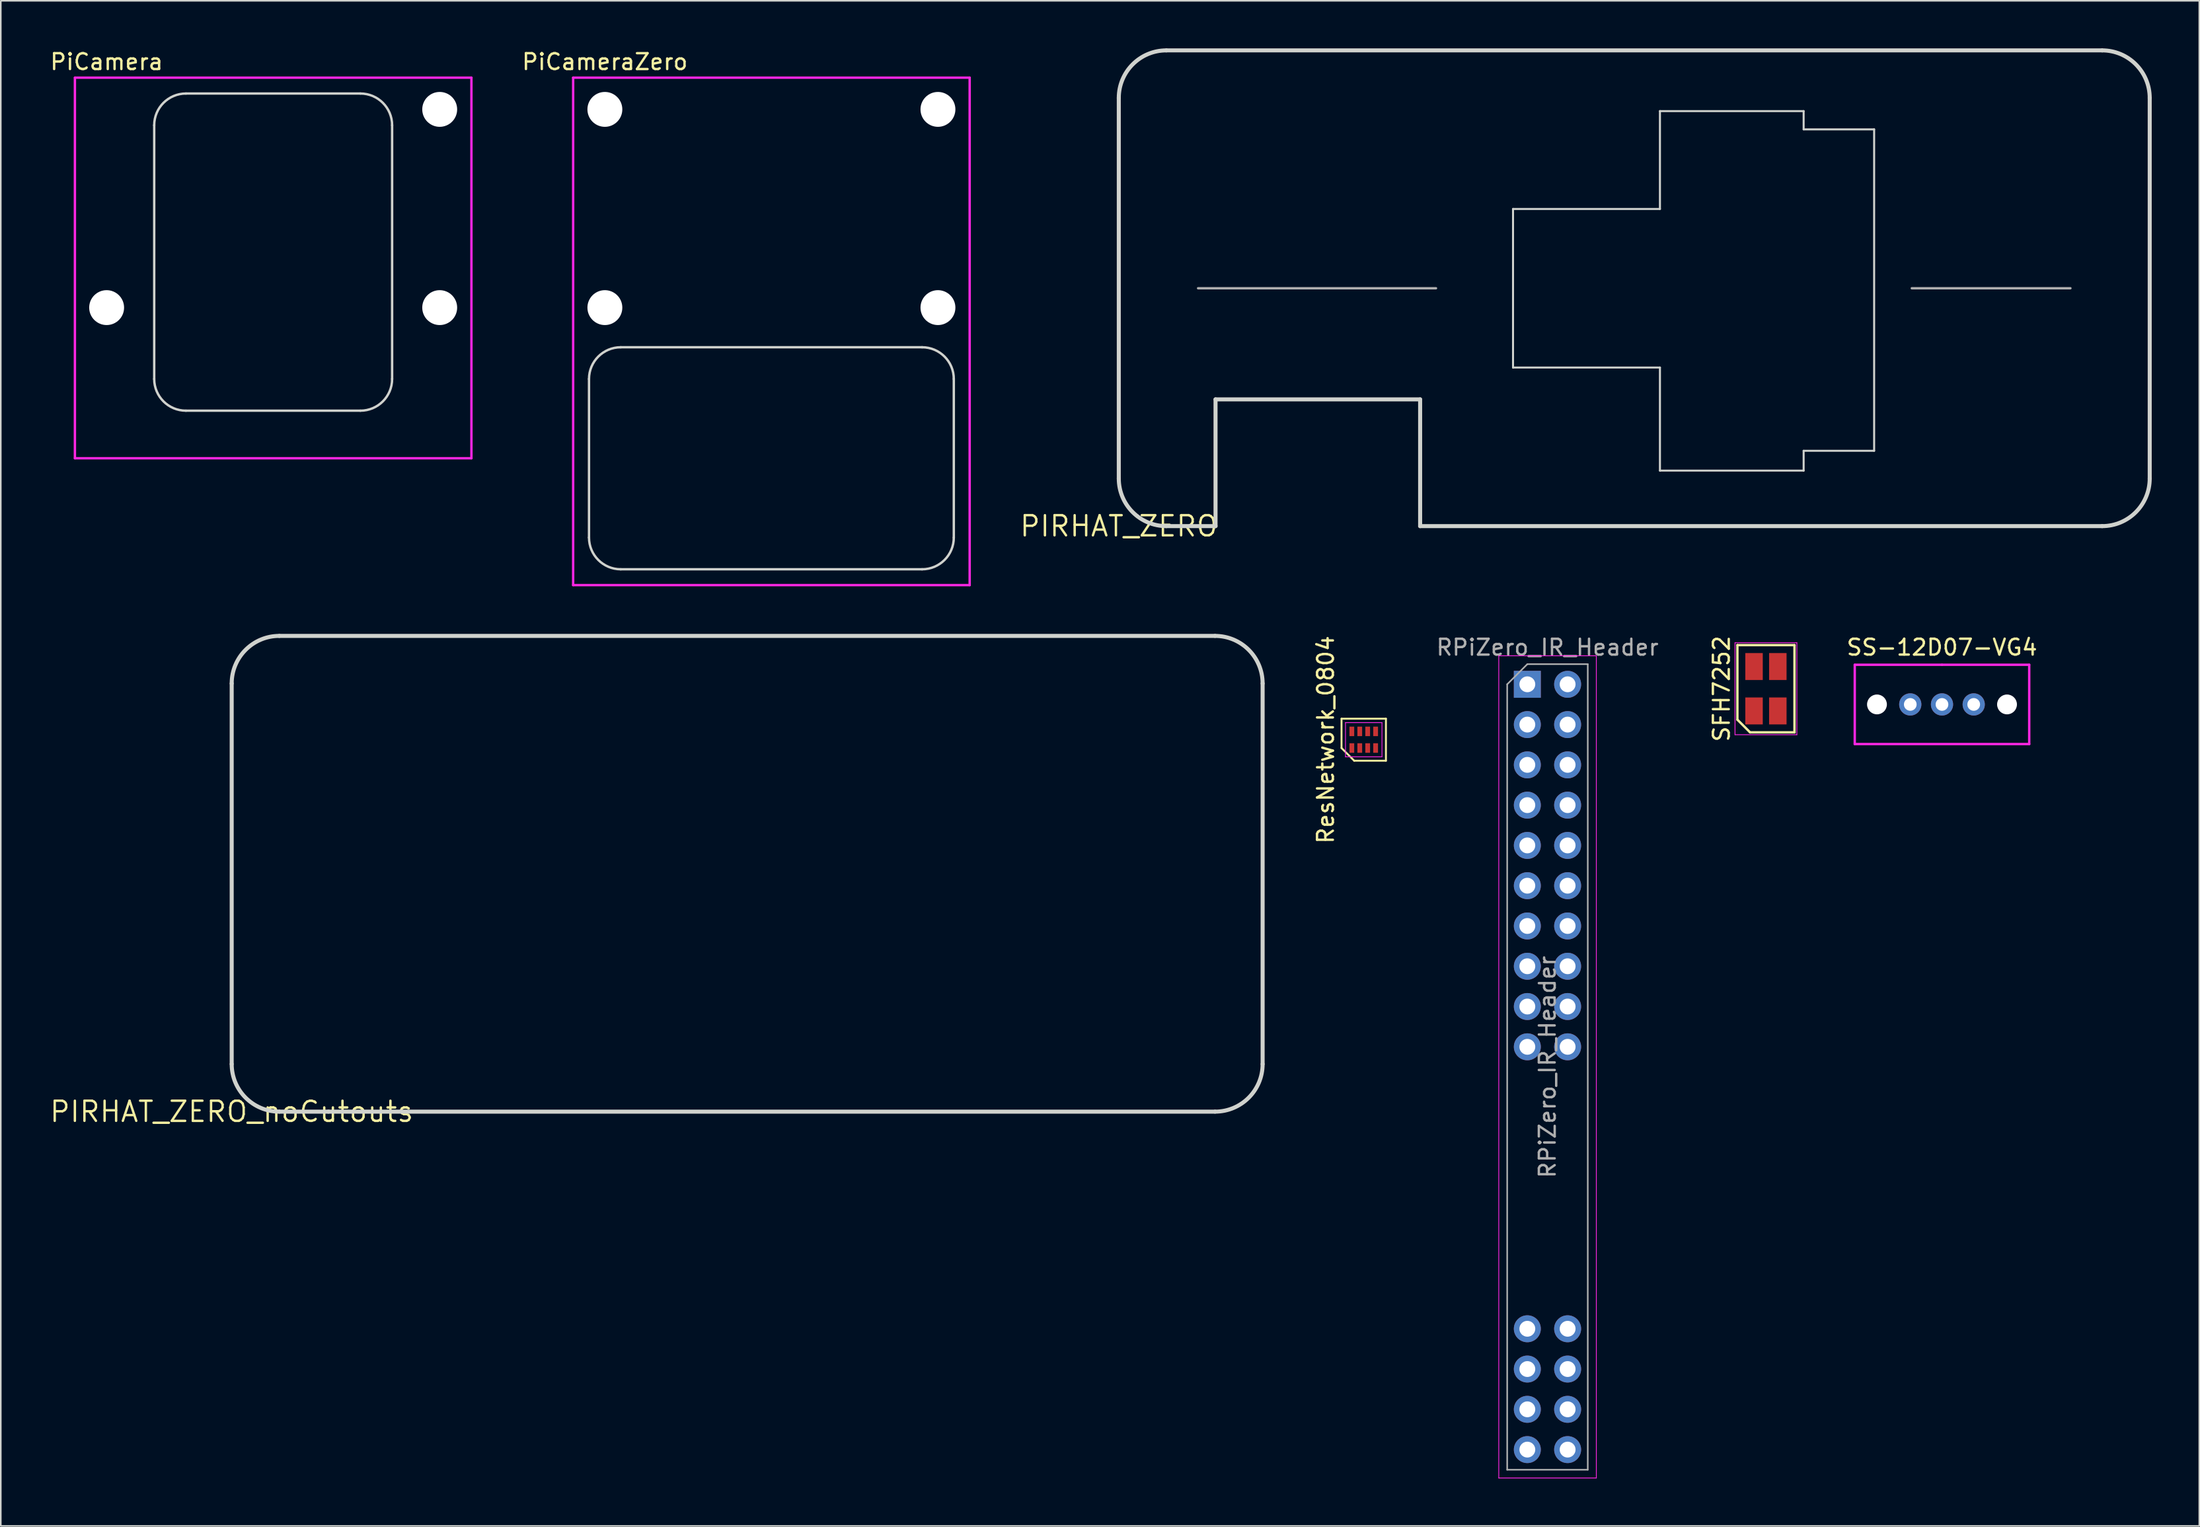
<source format=kicad_pcb>
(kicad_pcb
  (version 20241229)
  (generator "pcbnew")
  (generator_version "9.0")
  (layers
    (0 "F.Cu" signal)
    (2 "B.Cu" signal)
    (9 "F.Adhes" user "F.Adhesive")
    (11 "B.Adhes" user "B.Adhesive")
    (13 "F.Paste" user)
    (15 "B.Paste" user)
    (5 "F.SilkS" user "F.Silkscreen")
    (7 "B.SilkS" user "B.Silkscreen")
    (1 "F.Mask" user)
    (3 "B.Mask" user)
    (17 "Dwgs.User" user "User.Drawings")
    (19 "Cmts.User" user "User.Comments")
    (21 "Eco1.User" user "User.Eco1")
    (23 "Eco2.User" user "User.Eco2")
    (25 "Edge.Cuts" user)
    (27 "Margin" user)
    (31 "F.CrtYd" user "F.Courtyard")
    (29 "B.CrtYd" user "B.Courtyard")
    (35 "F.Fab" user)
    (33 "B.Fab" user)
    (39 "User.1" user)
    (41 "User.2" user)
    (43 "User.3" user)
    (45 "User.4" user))
  (footprint "PIRHAT_ZERO"
    (layer "F.Cu")
    (at 67.489 30.127)
    (property "Reference" "PIRHAT_ZERO" (at 0 0 0) (layer "F.SilkS") (effects (font (size 1.27 1.27) (thickness 0.15))))
    (attr through_hole)
    (fp_line (start 0 -27) (end 0 -3) (stroke (width 0.254) (type solid)) (layer "Edge.Cuts"))
    (fp_line (start 3 0) (end 6.1 0) (stroke (width 0.254) (type solid)) (layer "Edge.Cuts"))
    (fp_line (start 6.1 -7.992) (end 6.1 0) (stroke (width 0.254) (type solid)) (layer "Edge.Cuts"))
    (fp_line (start 6.1 -7.992) (end 19 -7.992) (stroke (width 0.254) (type solid)) (layer "Edge.Cuts"))
    (fp_line (start 19 -7.992) (end 19 0) (stroke (width 0.254) (type solid)) (layer "Edge.Cuts"))
    (fp_line (start 19 0) (end 62 0) (stroke (width 0.254) (type solid)) (layer "Edge.Cuts"))
    (fp_line (start 24.857 -20) (end 24.857 -10) (stroke (width 0.127) (type solid)) (layer "Edge.Cuts"))
    (fp_line (start 24.857 -10) (end 34.12 -10) (stroke (width 0.127) (type solid)) (layer "Edge.Cuts"))
    (fp_line (start 34.12 -26.17) (end 34.12 -20) (stroke (width 0.127) (type solid)) (layer "Edge.Cuts"))
    (fp_line (start 34.12 -20) (end 24.857 -20) (stroke (width 0.127) (type solid)) (layer "Edge.Cuts"))
    (fp_line (start 34.12 -10) (end 34.12 -3.5) (stroke (width 0.127) (type solid)) (layer "Edge.Cuts"))
    (fp_line (start 34.12 -3.5) (end 43.18 -3.5) (stroke (width 0.127) (type solid)) (layer "Edge.Cuts"))
    (fp_line (start 43.18 -26.17) (end 34.12 -26.17) (stroke (width 0.127) (type solid)) (layer "Edge.Cuts"))
    (fp_line (start 43.18 -25.019) (end 43.18 -26.17) (stroke (width 0.127) (type solid)) (layer "Edge.Cuts"))
    (fp_line (start 43.18 -4.75) (end 47.625 -4.75) (stroke (width 0.127) (type solid)) (layer "Edge.Cuts"))
    (fp_line (start 43.18 -3.5) (end 43.18 -4.75) (stroke (width 0.127) (type solid)) (layer "Edge.Cuts"))
    (fp_line (start 47.625 -25.019) (end 43.18 -25.019) (stroke (width 0.127) (type solid)) (layer "Edge.Cuts"))
    (fp_line (start 47.625 -4.75) (end 47.625 -25.019) (stroke (width 0.127) (type solid)) (layer "Edge.Cuts"))
    (fp_line (start 62 -30) (end 3 -30) (stroke (width 0.254) (type solid)) (layer "Edge.Cuts"))
    (fp_line (start 65 -3) (end 65 -27) (stroke (width 0.254) (type solid)) (layer "Edge.Cuts"))
    (fp_arc (start 0 -27) (mid 0.87868 -29.12132) (end 3 -30) (stroke (width 0.254) (type solid)) (layer "Edge.Cuts"))
    (fp_arc (start 3 0) (mid 0.87868 -0.87868) (end 0 -3) (stroke (width 0.254) (type solid)) (layer "Edge.Cuts"))
    (fp_arc (start 62 -30) (mid 64.12132 -29.12132) (end 65 -27) (stroke (width 0.254) (type solid)) (layer "Edge.Cuts"))
    (fp_arc (start 65 -3) (mid 64.12132 -0.87868) (end 62 0) (stroke (width 0.254) (type solid)) (layer "Edge.Cuts"))
    (fp_line (start 5 -15) (end 20 -15) (stroke (width 0.15) (type solid)) (layer "F.Fab"))
    (fp_line (start 60 -15) (end 50 -15) (stroke (width 0.15) (type solid)) (layer "F.Fab")))
  (footprint "ResNetwork_0804"
    (layer "F.Cu")
    (at 82.933 43.596)
    (property "Reference" "ResNetwork_0804" (at -2.4 0 90) (layer "F.SilkS") (effects (font (size 1 1) (thickness 0.15))))
    (attr smd)
    (fp_line (start -1.4 -1.325) (end 1.4 -1.325) (stroke (width 0.12) (type solid)) (layer "F.SilkS"))
    (fp_line (start -1.4 0.525) (end -1.4 -1.325) (stroke (width 0.12) (type solid)) (layer "F.SilkS"))
    (fp_line (start -0.6 1.325) (end -1.4 0.525) (stroke (width 0.12) (type solid)) (layer "F.SilkS"))
    (fp_line (start 1.4 -1.325) (end 1.4 1.325) (stroke (width 0.12) (type solid)) (layer "F.SilkS"))
    (fp_line (start 1.4 1.325) (end -0.6 1.325) (stroke (width 0.12) (type solid)) (layer "F.SilkS"))
    (fp_line (start -1.15 -1.08) (end 1.15 -1.08) (stroke (width 0.05) (type solid)) (layer "F.CrtYd"))
    (fp_line (start -1.15 1.08) (end -1.15 -1.08) (stroke (width 0.05) (type solid)) (layer "F.CrtYd"))
    (fp_line (start 1.15 -1.08) (end 1.15 1.08) (stroke (width 0.05) (type solid)) (layer "F.CrtYd"))
    (fp_line (start 1.15 1.08) (end -1.15 1.08) (stroke (width 0.05) (type solid)) (layer "F.CrtYd"))
    (pad "1" smd rect (at -0.75 0.525) (size 0.3 0.6) (layers "F.Cu" "F.Mask" "F.Paste"))
    (pad "2" smd rect (at -0.25 0.525) (size 0.3 0.6) (layers "F.Cu" "F.Mask" "F.Paste"))
    (pad "3" smd rect (at 0.25 0.525) (size 0.3 0.6) (layers "F.Cu" "F.Mask" "F.Paste"))
    (pad "4" smd rect (at 0.75 0.525) (size 0.3 0.6) (layers "F.Cu" "F.Mask" "F.Paste"))
    (pad "5" smd rect (at 0.75 -0.525) (size 0.3 0.6) (layers "F.Cu" "F.Mask" "F.Paste"))
    (pad "6" smd rect (at 0.25 -0.525) (size 0.3 0.6) (layers "F.Cu" "F.Mask" "F.Paste"))
    (pad "7" smd rect (at -0.25 -0.525) (size 0.3 0.6) (layers "F.Cu" "F.Mask" "F.Paste"))
    (pad "8" smd rect (at -0.75 -0.525) (size 0.3 0.6) (layers "F.Cu" "F.Mask" "F.Paste")))
  (footprint "PIRHAT_ZERO_noCutouts"
    (layer "F.Cu")
    (at 11.558 67.05)
    (property "Reference" "PIRHAT_ZERO_noCutouts" (at 0 0 0) (layer "F.SilkS") (effects (font (size 1.27 1.27) (thickness 0.15))))
    (attr through_hole)
    (fp_line (start 0 -27) (end 0 -3) (stroke (width 0.254) (type solid)) (layer "Edge.Cuts"))
    (fp_line (start 3 0) (end 6.1 0) (stroke (width 0.254) (type solid)) (layer "Edge.Cuts"))
    (fp_line (start 6.1 0) (end 62 0) (stroke (width 0.254) (type solid)) (layer "Edge.Cuts"))
    (fp_line (start 62 -30) (end 3 -30) (stroke (width 0.254) (type solid)) (layer "Edge.Cuts"))
    (fp_line (start 65 -3) (end 65 -27) (stroke (width 0.254) (type solid)) (layer "Edge.Cuts"))
    (fp_arc (start 0 -27) (mid 0.87868 -29.12132) (end 3 -30) (stroke (width 0.254) (type solid)) (layer "Edge.Cuts"))
    (fp_arc (start 3 0) (mid 0.87868 -0.87868) (end 0 -3) (stroke (width 0.254) (type solid)) (layer "Edge.Cuts"))
    (fp_arc (start 62 -30) (mid 64.12132 -29.12132) (end 65 -27) (stroke (width 0.254) (type solid)) (layer "Edge.Cuts"))
    (fp_arc (start 65 -3) (mid 64.12132 -0.87868) (end 62 0) (stroke (width 0.254) (type solid)) (layer "Edge.Cuts")))
  (footprint "SFH7252"
    (layer "F.Cu")
    (at 108.292 40.382)
    (property "Reference" "SFH7252" (at -2.8 0 90) (layer "F.SilkS") (effects (font (size 1 1) (thickness 0.15))))
    (attr smd)
    (fp_line (start -1.8 -2.75) (end 1.8 -2.75) (stroke (width 0.15) (type solid)) (layer "F.SilkS"))
    (fp_line (start -1.8 1.95) (end -1.8 -2.75) (stroke (width 0.15) (type solid)) (layer "F.SilkS"))
    (fp_line (start -1 2.75) (end -1.8 1.95) (stroke (width 0.15) (type solid)) (layer "F.SilkS"))
    (fp_line (start 1.8 -2.75) (end 1.8 2.75) (stroke (width 0.15) (type solid)) (layer "F.SilkS"))
    (fp_line (start 1.8 2.75) (end -1 2.75) (stroke (width 0.15) (type solid)) (layer "F.SilkS"))
    (fp_line (start -1.95 -2.9) (end 1.95 -2.9) (stroke (width 0.05) (type solid)) (layer "F.CrtYd"))
    (fp_line (start -1.95 2.9) (end -1.95 -2.9) (stroke (width 0.05) (type solid)) (layer "F.CrtYd"))
    (fp_line (start 1.95 -2.9) (end 1.95 2.9) (stroke (width 0.05) (type solid)) (layer "F.CrtYd"))
    (fp_line (start 1.95 2.9) (end -1.95 2.9) (stroke (width 0.05) (type solid)) (layer "F.CrtYd"))
    (pad "1" smd rect (at -0.75 1.4) (size 1.1 1.7) (layers "F.Cu" "F.Mask" "F.Paste"))
    (pad "2" smd rect (at -0.75 -1.4) (size 1.1 1.7) (layers "F.Cu" "F.Mask" "F.Paste"))
    (pad "3" smd rect (at 0.75 -1.4) (size 1.1 1.7) (layers "F.Cu" "F.Mask" "F.Paste"))
    (pad "4" smd rect (at 0.75 1.4) (size 1.1 1.7) (layers "F.Cu" "F.Mask" "F.Paste")))
  (footprint "PiCamera"
    (layer "F.Cu")
    (at 13.673 13.848)
    (property "Reference" "PiCamera" (at -10 -13 0) (layer "F.SilkS") (effects (font (size 1 1) (thickness 0.15))))
    (attr through_hole)
    (fp_line (start -7 -9) (end -7 7) (stroke (width 0.15) (type solid)) (layer "Edge.Cuts"))
    (fp_line (start -5 9) (end 6 9) (stroke (width 0.15) (type solid)) (layer "Edge.Cuts"))
    (fp_line (start 6 -11) (end -5 -11) (stroke (width 0.15) (type solid)) (layer "Edge.Cuts"))
    (fp_line (start 8 7) (end 8 -9) (stroke (width 0.15) (type solid)) (layer "Edge.Cuts"))
    (fp_arc (start -7 -9) (mid -6.414214 -10.414214) (end -5 -11) (stroke (width 0.15) (type solid)) (layer "Edge.Cuts"))
    (fp_arc (start -5 9) (mid -6.414214 8.414214) (end -7 7) (stroke (width 0.15) (type solid)) (layer "Edge.Cuts"))
    (fp_arc (start 6 -11) (mid 7.414214 -10.414214) (end 8 -9) (stroke (width 0.15) (type solid)) (layer "Edge.Cuts"))
    (fp_arc (start 8 7) (mid 7.414214 8.414214) (end 6 9) (stroke (width 0.15) (type solid)) (layer "Edge.Cuts"))
    (fp_line (start -12 -12) (end 13 -12) (stroke (width 0.15) (type solid)) (layer "F.CrtYd"))
    (fp_line (start -12 12) (end -12 -12) (stroke (width 0.15) (type solid)) (layer "F.CrtYd"))
    (fp_line (start -12 12) (end 13 12) (stroke (width 0.15) (type solid)) (layer "F.CrtYd"))
    (fp_line (start 13 -12) (end 13 12) (stroke (width 0.15) (type solid)) (layer "F.CrtYd"))
    (pad "" np_thru_hole circle (at -10 2.5) (size 2.2 2.2) (drill 2.2) (layers "*.Cu" "*.Mask"))
    (pad "" np_thru_hole circle (at 11 -10) (size 2.2 2.2) (drill 2.2) (layers "*.Cu" "*.Mask"))
    (pad "" np_thru_hole circle (at 11 2.5) (size 2.2 2.2) (drill 2.2) (layers "*.Cu" "*.Mask")))
  (footprint "RPiZero_IR_Header"
    (layer "F.Cu")
    (at 93.248 40.102)
    (property "Reference" "RPiZero_IR_Header" (at 1.27 -2.33 0) (layer "F.Fab") (effects (font (size 1 1) (thickness 0.15))))
    (attr through_hole)
    (fp_line (start -1.8 -1.8) (end -1.8 50.05) (stroke (width 0.05) (type solid)) (layer "F.CrtYd"))
    (fp_line (start -1.8 50.05) (end 4.35 50.05) (stroke (width 0.05) (type solid)) (layer "F.CrtYd"))
    (fp_line (start 4.35 -1.8) (end -1.8 -1.8) (stroke (width 0.05) (type solid)) (layer "F.CrtYd"))
    (fp_line (start 4.35 50.05) (end 4.35 -1.8) (stroke (width 0.05) (type solid)) (layer "F.CrtYd"))
    (fp_line (start -1.27 0) (end 0 -1.27) (stroke (width 0.1) (type solid)) (layer "F.Fab"))
    (fp_line (start -1.27 49.53) (end -1.27 0) (stroke (width 0.1) (type solid)) (layer "F.Fab"))
    (fp_line (start 0 -1.27) (end 3.81 -1.27) (stroke (width 0.1) (type solid)) (layer "F.Fab"))
    (fp_line (start 3.81 -1.27) (end 3.81 49.53) (stroke (width 0.1) (type solid)) (layer "F.Fab"))
    (fp_line (start 3.81 49.53) (end -1.27 49.53) (stroke (width 0.1) (type solid)) (layer "F.Fab"))
    (fp_text user "${REFERENCE}" (at 1.27 24.13 90) (layer "F.Fab") (effects (font (size 1 1) (thickness 0.15))))
    (pad "1" thru_hole rect (at 0 0) (size 1.7 1.7) (drill 1) (layers "*.Cu" "*.Mask"))
    (pad "2" thru_hole oval (at 2.54 0) (size 1.7 1.7) (drill 1) (layers "*.Cu" "*.Mask"))
    (pad "3" thru_hole oval (at 0 2.54) (size 1.7 1.7) (drill 1) (layers "*.Cu" "*.Mask"))
    (pad "4" thru_hole oval (at 2.54 2.54) (size 1.7 1.7) (drill 1) (layers "*.Cu" "*.Mask"))
    (pad "5" thru_hole oval (at 0 5.08) (size 1.7 1.7) (drill 1) (layers "*.Cu" "*.Mask"))
    (pad "6" thru_hole oval (at 2.54 5.08) (size 1.7 1.7) (drill 1) (layers "*.Cu" "*.Mask"))
    (pad "7" thru_hole oval (at 0 7.62) (size 1.7 1.7) (drill 1) (layers "*.Cu" "*.Mask"))
    (pad "8" thru_hole oval (at 2.54 7.62) (size 1.7 1.7) (drill 1) (layers "*.Cu" "*.Mask"))
    (pad "9" thru_hole oval (at 0 10.16) (size 1.7 1.7) (drill 1) (layers "*.Cu" "*.Mask"))
    (pad "10" thru_hole oval (at 2.54 10.16) (size 1.7 1.7) (drill 1) (layers "*.Cu" "*.Mask"))
    (pad "11" thru_hole oval (at 0 12.7) (size 1.7 1.7) (drill 1) (layers "*.Cu" "*.Mask"))
    (pad "12" thru_hole oval (at 2.54 12.7) (size 1.7 1.7) (drill 1) (layers "*.Cu" "*.Mask"))
    (pad "13" thru_hole oval (at 0 15.24) (size 1.7 1.7) (drill 1) (layers "*.Cu" "*.Mask"))
    (pad "14" thru_hole oval (at 2.54 15.24) (size 1.7 1.7) (drill 1) (layers "*.Cu" "*.Mask"))
    (pad "15" thru_hole oval (at 0 17.78) (size 1.7 1.7) (drill 1) (layers "*.Cu" "*.Mask"))
    (pad "16" thru_hole oval (at 2.54 17.78) (size 1.7 1.7) (drill 1) (layers "*.Cu" "*.Mask"))
    (pad "17" thru_hole oval (at 0 20.32) (size 1.7 1.7) (drill 1) (layers "*.Cu" "*.Mask"))
    (pad "18" thru_hole oval (at 2.54 20.32) (size 1.7 1.7) (drill 1) (layers "*.Cu" "*.Mask"))
    (pad "19" thru_hole oval (at 0 22.86) (size 1.7 1.7) (drill 1) (layers "*.Cu" "*.Mask"))
    (pad "20" thru_hole oval (at 2.54 22.86) (size 1.7 1.7) (drill 1) (layers "*.Cu" "*.Mask"))
    (pad "33" thru_hole oval (at 0 40.64) (size 1.7 1.7) (drill 1) (layers "*.Cu" "*.Mask"))
    (pad "34" thru_hole oval (at 2.54 40.64) (size 1.7 1.7) (drill 1) (layers "*.Cu" "*.Mask"))
    (pad "35" thru_hole oval (at 0 43.18) (size 1.7 1.7) (drill 1) (layers "*.Cu" "*.Mask"))
    (pad "36" thru_hole oval (at 2.54 43.18) (size 1.7 1.7) (drill 1) (layers "*.Cu" "*.Mask"))
    (pad "37" thru_hole oval (at 0 45.72) (size 1.7 1.7) (drill 1) (layers "*.Cu" "*.Mask"))
    (pad "38" thru_hole oval (at 2.54 45.72) (size 1.7 1.7) (drill 1) (layers "*.Cu" "*.Mask"))
    (pad "39" thru_hole oval (at 0 48.26) (size 1.7 1.7) (drill 1) (layers "*.Cu" "*.Mask"))
    (pad "40" thru_hole oval (at 2.54 48.26) (size 1.7 1.7) (drill 1) (layers "*.Cu" "*.Mask")))
  (footprint "SS-12D07-VG4"
    (layer "F.Cu")
    (at 119.392 41.371)
    (property "Reference" "SS-12D07-VG4" (at 0 -3.6 0) (layer "F.SilkS") (effects (font (size 1 1) (thickness 0.15))))
    (attr through_hole)
    (fp_line (start -5.5 -2.5) (end 0 -2.5) (stroke (width 0.15) (type solid)) (layer "F.CrtYd"))
    (fp_line (start -5.5 2.5) (end -5.5 -2.5) (stroke (width 0.15) (type solid)) (layer "F.CrtYd"))
    (fp_line (start 0 -2.5) (end 5.5 -2.5) (stroke (width 0.15) (type solid)) (layer "F.CrtYd"))
    (fp_line (start 5.5 -2.5) (end 5.5 2.5) (stroke (width 0.15) (type solid)) (layer "F.CrtYd"))
    (fp_line (start 5.5 2.5) (end -5.5 2.5) (stroke (width 0.15) (type solid)) (layer "F.CrtYd"))
    (pad "" np_thru_hole circle (at -4.1 0) (size 1.25 1.25) (drill 1.25) (layers "*.Cu" "*.Mask"))
    (pad "" np_thru_hole circle (at 4.1 0) (size 1.25 1.25) (drill 1.25) (layers "*.Cu" "*.Mask"))
    (pad "1" thru_hole circle (at 0 0) (size 1.4 1.4) (drill 0.8) (layers "*.Cu" "*.Mask"))
    (pad "2" thru_hole circle (at -2 0) (size 1.4 1.4) (drill 0.8) (layers "*.Cu" "*.Mask"))
    (pad "3" thru_hole circle (at 2 0) (size 1.4 1.4) (drill 0.8) (layers "*.Cu" "*.Mask")))
  (footprint "PiCameraZero"
    (layer "F.Cu")
    (at 45.087 13.848)
    (property "Reference" "PiCameraZero" (at -10 -13 0) (layer "F.SilkS") (effects (font (size 1 1) (thickness 0.15))))
    (attr through_hole)
    (fp_line (start -11 17) (end -11 7) (stroke (width 0.15) (type solid)) (layer "Edge.Cuts"))
    (fp_line (start -9 19) (end 10 19) (stroke (width 0.15) (type solid)) (layer "Edge.Cuts"))
    (fp_line (start 10 5) (end -9 5) (stroke (width 0.15) (type solid)) (layer "Edge.Cuts"))
    (fp_line (start 12 7) (end 12 17) (stroke (width 0.15) (type solid)) (layer "Edge.Cuts"))
    (fp_arc (start -11 7) (mid -10.414214 5.585786) (end -9 5) (stroke (width 0.15) (type solid)) (layer "Edge.Cuts"))
    (fp_arc (start -9 19) (mid -10.414214 18.414214) (end -11 17) (stroke (width 0.15) (type solid)) (layer "Edge.Cuts"))
    (fp_arc (start 10 5) (mid 11.414214 5.585786) (end 12 7) (stroke (width 0.15) (type solid)) (layer "Edge.Cuts"))
    (fp_arc (start 12 17) (mid 11.414214 18.414214) (end 10 19) (stroke (width 0.15) (type solid)) (layer "Edge.Cuts"))
    (fp_line (start -12 -12) (end 13 -12) (stroke (width 0.15) (type solid)) (layer "F.CrtYd"))
    (fp_line (start -12 20) (end -12 -12) (stroke (width 0.15) (type solid)) (layer "F.CrtYd"))
    (fp_line (start -12 20) (end 13 20) (stroke (width 0.15) (type solid)) (layer "F.CrtYd"))
    (fp_line (start 13 -12) (end 13 20) (stroke (width 0.15) (type solid)) (layer "F.CrtYd"))
    (pad "" np_thru_hole circle (at -10 -10) (size 2.2 2.2) (drill 2.2) (layers "*.Cu" "*.Mask"))
    (pad "" np_thru_hole circle (at -10 2.5) (size 2.2 2.2) (drill 2.2) (layers "*.Cu" "*.Mask"))
    (pad "" np_thru_hole circle (at 11 -10) (size 2.2 2.2) (drill 2.2) (layers "*.Cu" "*.Mask"))
    (pad "" np_thru_hole circle (at 11 2.5) (size 2.2 2.2) (drill 2.2) (layers "*.Cu" "*.Mask")))
  (gr_rect
    (start -3 -3)
    (end 135.616 93.177)
    (stroke (width 0.1) (type default))
    (fill no)
    (layer "Edge.Cuts")))
</source>
